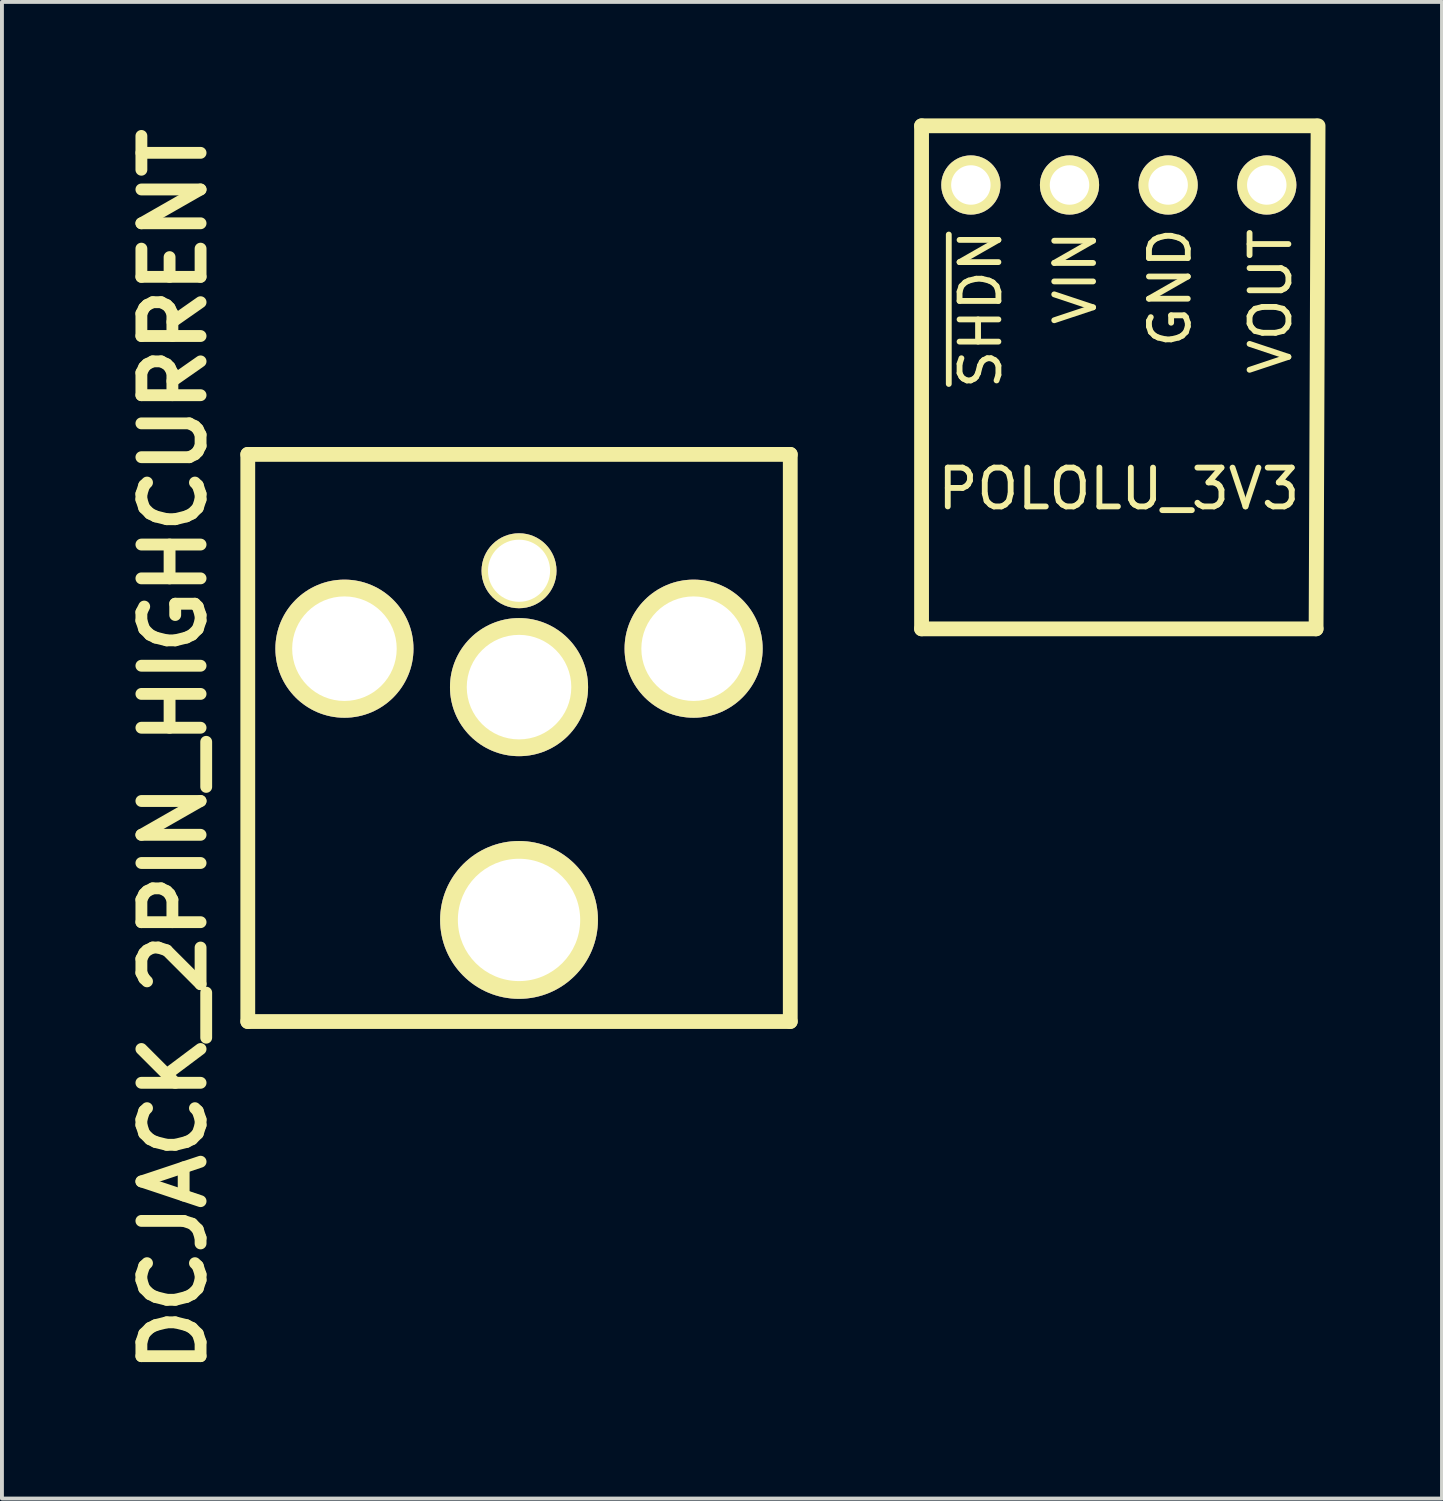
<source format=kicad_pcb>
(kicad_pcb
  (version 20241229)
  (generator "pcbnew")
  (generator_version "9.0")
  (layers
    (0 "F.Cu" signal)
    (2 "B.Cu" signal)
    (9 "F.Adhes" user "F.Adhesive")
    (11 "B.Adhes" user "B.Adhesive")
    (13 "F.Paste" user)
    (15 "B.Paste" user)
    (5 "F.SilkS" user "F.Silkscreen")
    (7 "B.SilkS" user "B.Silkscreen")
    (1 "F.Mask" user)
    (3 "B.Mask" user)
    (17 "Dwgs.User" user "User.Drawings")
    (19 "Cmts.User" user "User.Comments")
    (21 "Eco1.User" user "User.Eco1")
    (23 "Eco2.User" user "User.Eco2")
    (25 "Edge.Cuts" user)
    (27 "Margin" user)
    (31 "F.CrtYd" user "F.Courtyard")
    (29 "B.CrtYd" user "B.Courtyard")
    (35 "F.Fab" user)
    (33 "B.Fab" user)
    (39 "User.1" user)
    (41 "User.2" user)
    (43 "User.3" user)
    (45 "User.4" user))
  (footprint "POLOLU_3V3"
    (layer "F.Cu")
    (at 25.762 1.714)
    (property "Reference" "POLOLU_3V3" (at 0 7.823 0) (layer "F.SilkS") (effects (font (size 1 1) (thickness 0.15))))
    (attr through_hole)
    (fp_line (start -5.08 -1.524) (end -5.08 11.43) (stroke (width 0.381) (type solid)) (layer "F.SilkS"))
    (fp_line (start -5.08 -1.524) (end 5.08 -1.524) (stroke (width 0.381) (type solid)) (layer "F.SilkS"))
    (fp_line (start -5.08 11.43) (end 5.08 11.43) (stroke (width 0.381) (type solid)) (layer "F.SilkS"))
    (fp_line (start 5.131 -1.524) (end 5.08 11.43) (stroke (width 0.381) (type solid)) (layer "F.SilkS"))
    (fp_text user "~{SHDN}" (at -3.556 3.2 90) (layer "F.SilkS") (effects (font (size 1 1) (thickness 0.15))))
    (fp_text user "GND" (at 1.321 2.642 90) (layer "F.SilkS") (effects (font (size 1 1) (thickness 0.15))))
    (fp_text user "VIN" (at -1.118 2.388 90) (layer "F.SilkS") (effects (font (size 1 1) (thickness 0.15))))
    (fp_text user "VOUT" (at 3.912 2.997 90) (layer "F.SilkS") (effects (font (size 1 1) (thickness 0.15))))
    (pad "1" thru_hole circle (at -3.81 0) (size 1.524 1.524) (drill 1.016) (layers "*.Cu" "*.Mask" "F.SilkS"))
    (pad "2" thru_hole circle (at -1.27 0) (size 1.524 1.524) (drill 1.016) (layers "*.Cu" "*.Mask" "F.SilkS"))
    (pad "3" thru_hole circle (at 1.27 0) (size 1.524 1.524) (drill 1.016) (layers "*.Cu" "*.Mask" "F.SilkS"))
    (pad "4" thru_hole circle (at 3.81 0) (size 1.524 1.524) (drill 1.016) (layers "*.Cu" "*.Mask" "F.SilkS")))
  (footprint "DCJACK_2PIN_HIGHCURRENT"
    (layer "F.Cu")
    (at 10.316 8.651)
    (property "Reference" "DCJACK_2PIN_HIGHCURRENT" (at -8.89 7.62 90) (layer "F.SilkS") (effects (font (size 1.524 1.524) (thickness 0.305))))
    (attr through_hole)
    (fp_line (start -6.985 0) (end 6.985 0) (stroke (width 0.381) (type solid)) (layer "F.SilkS"))
    (fp_line (start -6.985 14.605) (end -6.985 0) (stroke (width 0.381) (type solid)) (layer "F.SilkS"))
    (fp_line (start 6.985 0) (end 6.985 14.605) (stroke (width 0.381) (type solid)) (layer "F.SilkS"))
    (fp_line (start 6.985 14.605) (end -6.985 14.605) (stroke (width 0.381) (type solid)) (layer "F.SilkS"))
    (pad "" thru_hole circle (at -4.496 5.004) (size 3.556 3.556) (drill 2.692) (layers "*.Cu" "*.Mask" "F.SilkS"))
    (pad "" thru_hole circle (at 0 2.997) (size 1.93 1.93) (drill 1.6) (layers "*.Cu" "*.Mask" "F.SilkS"))
    (pad "" thru_hole circle (at 4.496 5.004) (size 3.556 3.556) (drill 2.692) (layers "*.Cu" "*.Mask" "F.SilkS"))
    (pad "1" thru_hole circle (at 0 11.989) (size 4.064 4.064) (drill 3.15) (layers "*.Cu" "*.Mask" "F.SilkS"))
    (pad "2" thru_hole circle (at 0 5.994) (size 3.556 3.556) (drill 2.692) (layers "*.Cu" "*.Mask" "F.SilkS")))
  (gr_rect
    (start -3 -3)
    (end 34.084 35.541)
    (stroke (width 0.1) (type default))
    (fill no)
    (layer "Edge.Cuts")))
</source>
